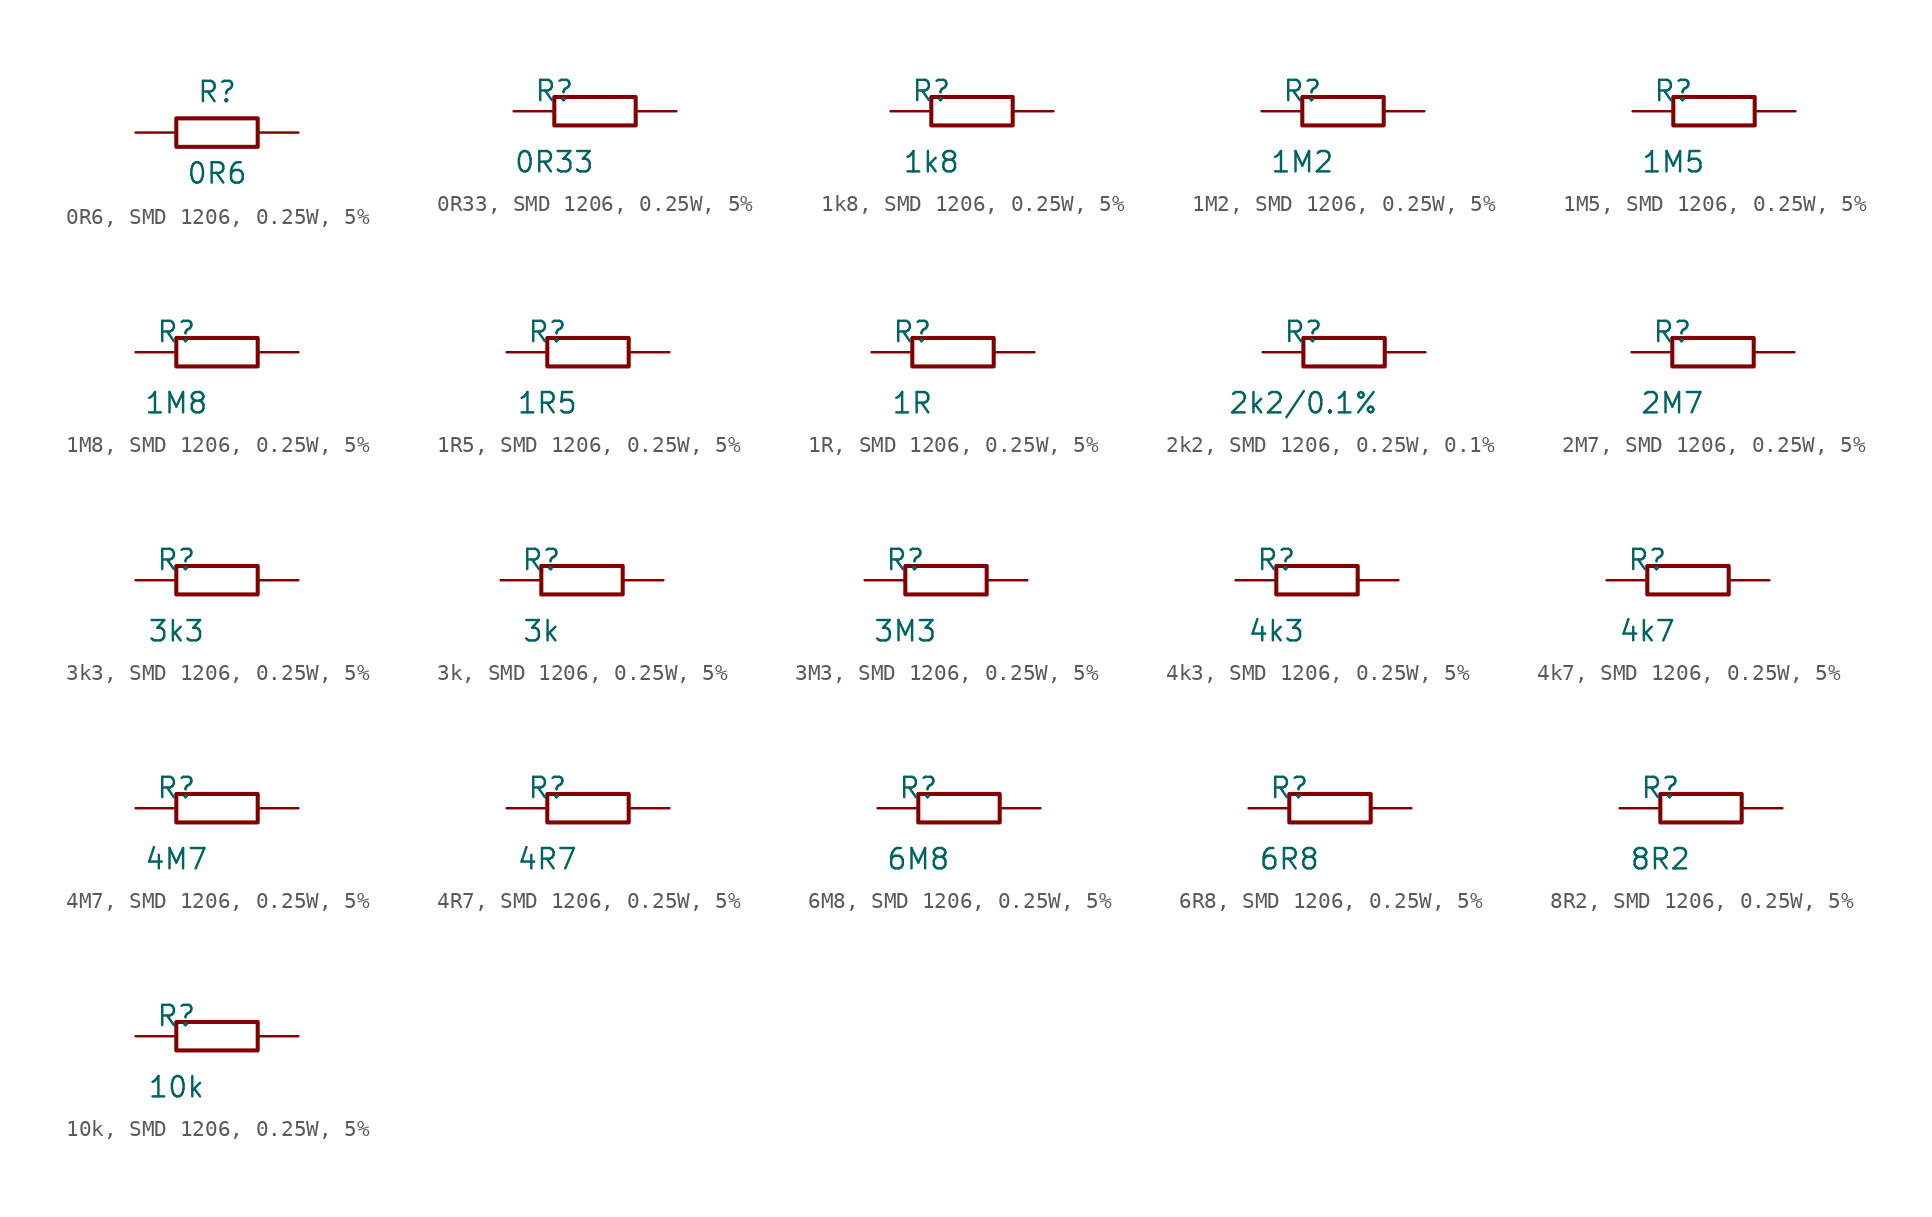
<source format=kicad_sym>
(kicad_symbol_lib
  (version 20241209)
  (generator "kicad_symbol_editor")
  (generator_version "9.0")
  (symbol "0R6, SMD 1206, 0.25W, 5%"
    (pin_numbers
      (hide yes))
    (pin_names
      (offset 0)
      (hide yes))
    (property "Reference" "R"
      (at 0 2.54 0)
      (effects (font (size 1.27 1.27))))
    (property "Value" "0R6"
      (at 0 -2.54 0)
      (effects (font (size 1.27 1.27))))
    (symbol "0R6, SMD 1206, 0.25W, 5%_0_1"
      (rectangle (start -2.54 0.889) (end 2.54 -0.889) (stroke (width 0.254) (type default)) (fill (type none))))
    (symbol "0R6, SMD 1206, 0.25W, 5%_1_1"
      (pin passive line (at -5.08 0 0) (length 2.54) (name "1" (effects (font (size 1.27 1.27)))) (number "1" (effects (font (size 1.27 1.27)))))
      (pin passive line (at 5.08 0 180) (length 2.54) (name "2" (effects (font (size 1.27 1.27)))) (number "2" (effects (font (size 1.27 1.27)))))))
  (symbol "0R33, SMD 1206, 0.25W, 5%"
    (pin_numbers
      (hide yes))
    (pin_names
      (offset 0)
      (hide yes))
    (property "Reference" "R"
      (at -2.54 1.27 0)
      (effects (font (size 1.27 1.27))))
    (property "Value" "0R33"
      (at -2.54 -3.175 0)
      (effects (font (size 1.27 1.27))))
    (symbol "0R33, SMD 1206, 0.25W, 5%_0_1"
      (rectangle (start -2.54 0.889) (end 2.54 -0.889) (stroke (width 0.254) (type default)) (fill (type none))))
    (symbol "0R33, SMD 1206, 0.25W, 5%_1_1"
      (pin passive line (at -5.08 0 0) (length 2.54) (name "1" (effects (font (size 1.27 1.27)))) (number "1" (effects (font (size 1.27 1.27)))))
      (pin passive line (at 5.08 0 180) (length 2.54) (name "2" (effects (font (size 1.27 1.27)))) (number "2" (effects (font (size 1.27 1.27)))))))
  (symbol "1k8, SMD 1206, 0.25W, 5%"
    (pin_numbers
      (hide yes))
    (pin_names
      (offset 0)
      (hide yes))
    (property "Reference" "R"
      (at -2.54 1.27 0)
      (effects (font (size 1.27 1.27))))
    (property "Value" "1k8"
      (at -2.54 -3.175 0)
      (effects (font (size 1.27 1.27))))
    (symbol "1k8, SMD 1206, 0.25W, 5%_0_1"
      (rectangle (start -2.54 0.889) (end 2.54 -0.889) (stroke (width 0.254) (type default)) (fill (type none))))
    (symbol "1k8, SMD 1206, 0.25W, 5%_1_1"
      (pin passive line (at -5.08 0 0) (length 2.54) (name "1" (effects (font (size 1.27 1.27)))) (number "1" (effects (font (size 1.27 1.27)))))
      (pin passive line (at 5.08 0 180) (length 2.54) (name "2" (effects (font (size 1.27 1.27)))) (number "2" (effects (font (size 1.27 1.27)))))))
  (symbol "1M2, SMD 1206, 0.25W, 5%"
    (pin_numbers
      (hide yes))
    (pin_names
      (offset 0)
      (hide yes))
    (property "Reference" "R"
      (at -2.54 1.27 0)
      (effects (font (size 1.27 1.27))))
    (property "Value" "1M2"
      (at -2.54 -3.175 0)
      (effects (font (size 1.27 1.27))))
    (symbol "1M2, SMD 1206, 0.25W, 5%_0_1"
      (rectangle (start -2.54 0.889) (end 2.54 -0.889) (stroke (width 0.254) (type default)) (fill (type none))))
    (symbol "1M2, SMD 1206, 0.25W, 5%_1_1"
      (pin passive line (at -5.08 0 0) (length 2.54) (name "1" (effects (font (size 1.27 1.27)))) (number "1" (effects (font (size 1.27 1.27)))))
      (pin passive line (at 5.08 0 180) (length 2.54) (name "2" (effects (font (size 1.27 1.27)))) (number "2" (effects (font (size 1.27 1.27)))))))
  (symbol "1M5, SMD 1206, 0.25W, 5%"
    (pin_numbers
      (hide yes))
    (pin_names
      (offset 0)
      (hide yes))
    (property "Reference" "R"
      (at -2.54 1.27 0)
      (effects (font (size 1.27 1.27))))
    (property "Value" "1M5"
      (at -2.54 -3.175 0)
      (effects (font (size 1.27 1.27))))
    (symbol "1M5, SMD 1206, 0.25W, 5%_0_1"
      (rectangle (start -2.54 0.889) (end 2.54 -0.889) (stroke (width 0.254) (type default)) (fill (type none))))
    (symbol "1M5, SMD 1206, 0.25W, 5%_1_1"
      (pin passive line (at -5.08 0 0) (length 2.54) (name "1" (effects (font (size 1.27 1.27)))) (number "1" (effects (font (size 1.27 1.27)))))
      (pin passive line (at 5.08 0 180) (length 2.54) (name "2" (effects (font (size 1.27 1.27)))) (number "2" (effects (font (size 1.27 1.27)))))))
  (symbol "1M8, SMD 1206, 0.25W, 5%"
    (pin_numbers
      (hide yes))
    (pin_names
      (offset 0)
      (hide yes))
    (property "Reference" "R"
      (at -2.54 1.27 0)
      (effects (font (size 1.27 1.27))))
    (property "Value" "1M8"
      (at -2.54 -3.175 0)
      (effects (font (size 1.27 1.27))))
    (symbol "1M8, SMD 1206, 0.25W, 5%_0_1"
      (rectangle (start -2.54 0.889) (end 2.54 -0.889) (stroke (width 0.254) (type default)) (fill (type none))))
    (symbol "1M8, SMD 1206, 0.25W, 5%_1_1"
      (pin passive line (at -5.08 0 0) (length 2.54) (name "1" (effects (font (size 1.27 1.27)))) (number "1" (effects (font (size 1.27 1.27)))))
      (pin passive line (at 5.08 0 180) (length 2.54) (name "2" (effects (font (size 1.27 1.27)))) (number "2" (effects (font (size 1.27 1.27)))))))
  (symbol "1R5, SMD 1206, 0.25W, 5%"
    (pin_numbers
      (hide yes))
    (pin_names
      (offset 0)
      (hide yes))
    (property "Reference" "R"
      (at -2.54 1.27 0)
      (effects (font (size 1.27 1.27))))
    (property "Value" "1R5"
      (at -2.54 -3.175 0)
      (effects (font (size 1.27 1.27))))
    (symbol "1R5, SMD 1206, 0.25W, 5%_0_1"
      (rectangle (start -2.54 0.889) (end 2.54 -0.889) (stroke (width 0.254) (type default)) (fill (type none))))
    (symbol "1R5, SMD 1206, 0.25W, 5%_1_1"
      (pin passive line (at -5.08 0 0) (length 2.54) (name "1" (effects (font (size 1.27 1.27)))) (number "1" (effects (font (size 1.27 1.27)))))
      (pin passive line (at 5.08 0 180) (length 2.54) (name "2" (effects (font (size 1.27 1.27)))) (number "2" (effects (font (size 1.27 1.27)))))))
  (symbol "1R, SMD 1206, 0.25W, 5%"
    (pin_numbers
      (hide yes))
    (pin_names
      (offset 0)
      (hide yes))
    (property "Reference" "R"
      (at -2.54 1.27 0)
      (effects (font (size 1.27 1.27))))
    (property "Value" "1R"
      (at -2.54 -3.175 0)
      (effects (font (size 1.27 1.27))))
    (symbol "1R, SMD 1206, 0.25W, 5%_0_1"
      (rectangle (start -2.54 0.889) (end 2.54 -0.889) (stroke (width 0.254) (type default)) (fill (type none))))
    (symbol "1R, SMD 1206, 0.25W, 5%_1_1"
      (pin passive line (at -5.08 0 0) (length 2.54) (name "1" (effects (font (size 1.27 1.27)))) (number "1" (effects (font (size 1.27 1.27)))))
      (pin passive line (at 5.08 0 180) (length 2.54) (name "2" (effects (font (size 1.27 1.27)))) (number "2" (effects (font (size 1.27 1.27)))))))
  (symbol "2k2, SMD 1206, 0.25W, 0.1%"
    (pin_numbers
      (hide yes))
    (pin_names
      (offset 0)
      (hide yes))
    (property "Reference" "R"
      (at -2.54 1.27 0)
      (effects (font (size 1.27 1.27))))
    (property "Value" "2k2/0.1%"
      (at -2.54 -3.175 0)
      (effects (font (size 1.27 1.27))))
    (symbol "2k2, SMD 1206, 0.25W, 0.1%_0_1"
      (rectangle (start -2.54 0.889) (end 2.54 -0.889) (stroke (width 0.254) (type default)) (fill (type none))))
    (symbol "2k2, SMD 1206, 0.25W, 0.1%_1_1"
      (pin passive line (at -5.08 0 0) (length 2.54) (name "1" (effects (font (size 1.27 1.27)))) (number "1" (effects (font (size 1.27 1.27)))))
      (pin passive line (at 5.08 0 180) (length 2.54) (name "2" (effects (font (size 1.27 1.27)))) (number "2" (effects (font (size 1.27 1.27)))))))
  (symbol "2M7, SMD 1206, 0.25W, 5%"
    (pin_numbers
      (hide yes))
    (pin_names
      (offset 0)
      (hide yes))
    (property "Reference" "R"
      (at -2.54 1.27 0)
      (effects (font (size 1.27 1.27))))
    (property "Value" "2M7"
      (at -2.54 -3.175 0)
      (effects (font (size 1.27 1.27))))
    (symbol "2M7, SMD 1206, 0.25W, 5%_0_1"
      (rectangle (start -2.54 0.889) (end 2.54 -0.889) (stroke (width 0.254) (type default)) (fill (type none))))
    (symbol "2M7, SMD 1206, 0.25W, 5%_1_1"
      (pin passive line (at -5.08 0 0) (length 2.54) (name "1" (effects (font (size 1.27 1.27)))) (number "1" (effects (font (size 1.27 1.27)))))
      (pin passive line (at 5.08 0 180) (length 2.54) (name "2" (effects (font (size 1.27 1.27)))) (number "2" (effects (font (size 1.27 1.27)))))))
  (symbol "3k3, SMD 1206, 0.25W, 5%"
    (pin_numbers
      (hide yes))
    (pin_names
      (offset 0)
      (hide yes))
    (property "Reference" "R"
      (at -2.54 1.27 0)
      (effects (font (size 1.27 1.27))))
    (property "Value" "3k3"
      (at -2.54 -3.175 0)
      (effects (font (size 1.27 1.27))))
    (symbol "3k3, SMD 1206, 0.25W, 5%_0_1"
      (rectangle (start -2.54 0.889) (end 2.54 -0.889) (stroke (width 0.254) (type default)) (fill (type none))))
    (symbol "3k3, SMD 1206, 0.25W, 5%_1_1"
      (pin passive line (at -5.08 0 0) (length 2.54) (name "1" (effects (font (size 1.27 1.27)))) (number "1" (effects (font (size 1.27 1.27)))))
      (pin passive line (at 5.08 0 180) (length 2.54) (name "2" (effects (font (size 1.27 1.27)))) (number "2" (effects (font (size 1.27 1.27)))))))
  (symbol "3k, SMD 1206, 0.25W, 5%"
    (pin_numbers
      (hide yes))
    (pin_names
      (offset 0)
      (hide yes))
    (property "Reference" "R"
      (at -2.54 1.27 0)
      (effects (font (size 1.27 1.27))))
    (property "Value" "3k"
      (at -2.54 -3.175 0)
      (effects (font (size 1.27 1.27))))
    (symbol "3k, SMD 1206, 0.25W, 5%_0_1"
      (rectangle (start -2.54 0.889) (end 2.54 -0.889) (stroke (width 0.254) (type default)) (fill (type none))))
    (symbol "3k, SMD 1206, 0.25W, 5%_1_1"
      (pin passive line (at -5.08 0 0) (length 2.54) (name "1" (effects (font (size 1.27 1.27)))) (number "1" (effects (font (size 1.27 1.27)))))
      (pin passive line (at 5.08 0 180) (length 2.54) (name "2" (effects (font (size 1.27 1.27)))) (number "2" (effects (font (size 1.27 1.27)))))))
  (symbol "3M3, SMD 1206, 0.25W, 5%"
    (pin_numbers
      (hide yes))
    (pin_names
      (offset 0)
      (hide yes))
    (property "Reference" "R"
      (at -2.54 1.27 0)
      (effects (font (size 1.27 1.27))))
    (property "Value" "3M3"
      (at -2.54 -3.175 0)
      (effects (font (size 1.27 1.27))))
    (symbol "3M3, SMD 1206, 0.25W, 5%_0_1"
      (rectangle (start -2.54 0.889) (end 2.54 -0.889) (stroke (width 0.254) (type default)) (fill (type none))))
    (symbol "3M3, SMD 1206, 0.25W, 5%_1_1"
      (pin passive line (at -5.08 0 0) (length 2.54) (name "1" (effects (font (size 1.27 1.27)))) (number "1" (effects (font (size 1.27 1.27)))))
      (pin passive line (at 5.08 0 180) (length 2.54) (name "2" (effects (font (size 1.27 1.27)))) (number "2" (effects (font (size 1.27 1.27)))))))
  (symbol "4k3, SMD 1206, 0.25W, 5%"
    (pin_numbers
      (hide yes))
    (pin_names
      (offset 0)
      (hide yes))
    (property "Reference" "R"
      (at -2.54 1.27 0)
      (effects (font (size 1.27 1.27))))
    (property "Value" "4k3"
      (at -2.54 -3.175 0)
      (effects (font (size 1.27 1.27))))
    (symbol "4k3, SMD 1206, 0.25W, 5%_0_1"
      (rectangle (start -2.54 0.889) (end 2.54 -0.889) (stroke (width 0.254) (type default)) (fill (type none))))
    (symbol "4k3, SMD 1206, 0.25W, 5%_1_1"
      (pin passive line (at -5.08 0 0) (length 2.54) (name "1" (effects (font (size 1.27 1.27)))) (number "1" (effects (font (size 1.27 1.27)))))
      (pin passive line (at 5.08 0 180) (length 2.54) (name "2" (effects (font (size 1.27 1.27)))) (number "2" (effects (font (size 1.27 1.27)))))))
  (symbol "4k7, SMD 1206, 0.25W, 5%"
    (pin_numbers
      (hide yes))
    (pin_names
      (offset 0)
      (hide yes))
    (property "Reference" "R"
      (at -2.54 1.27 0)
      (effects (font (size 1.27 1.27))))
    (property "Value" "4k7"
      (at -2.54 -3.175 0)
      (effects (font (size 1.27 1.27))))
    (symbol "4k7, SMD 1206, 0.25W, 5%_0_1"
      (rectangle (start -2.54 0.889) (end 2.54 -0.889) (stroke (width 0.254) (type default)) (fill (type none))))
    (symbol "4k7, SMD 1206, 0.25W, 5%_1_1"
      (pin passive line (at -5.08 0 0) (length 2.54) (name "1" (effects (font (size 1.27 1.27)))) (number "1" (effects (font (size 1.27 1.27)))))
      (pin passive line (at 5.08 0 180) (length 2.54) (name "2" (effects (font (size 1.27 1.27)))) (number "2" (effects (font (size 1.27 1.27)))))))
  (symbol "4M7, SMD 1206, 0.25W, 5%"
    (pin_numbers
      (hide yes))
    (pin_names
      (offset 0)
      (hide yes))
    (property "Reference" "R"
      (at -2.54 1.27 0)
      (effects (font (size 1.27 1.27))))
    (property "Value" "4M7"
      (at -2.54 -3.175 0)
      (effects (font (size 1.27 1.27))))
    (symbol "4M7, SMD 1206, 0.25W, 5%_0_1"
      (rectangle (start -2.54 0.889) (end 2.54 -0.889) (stroke (width 0.254) (type default)) (fill (type none))))
    (symbol "4M7, SMD 1206, 0.25W, 5%_1_1"
      (pin passive line (at -5.08 0 0) (length 2.54) (name "1" (effects (font (size 1.27 1.27)))) (number "1" (effects (font (size 1.27 1.27)))))
      (pin passive line (at 5.08 0 180) (length 2.54) (name "2" (effects (font (size 1.27 1.27)))) (number "2" (effects (font (size 1.27 1.27)))))))
  (symbol "4R7, SMD 1206, 0.25W, 5%"
    (pin_numbers
      (hide yes))
    (pin_names
      (offset 0)
      (hide yes))
    (property "Reference" "R"
      (at -2.54 1.27 0)
      (effects (font (size 1.27 1.27))))
    (property "Value" "4R7"
      (at -2.54 -3.175 0)
      (effects (font (size 1.27 1.27))))
    (symbol "4R7, SMD 1206, 0.25W, 5%_0_1"
      (rectangle (start -2.54 0.889) (end 2.54 -0.889) (stroke (width 0.254) (type default)) (fill (type none))))
    (symbol "4R7, SMD 1206, 0.25W, 5%_1_1"
      (pin passive line (at -5.08 0 0) (length 2.54) (name "1" (effects (font (size 1.27 1.27)))) (number "1" (effects (font (size 1.27 1.27)))))
      (pin passive line (at 5.08 0 180) (length 2.54) (name "2" (effects (font (size 1.27 1.27)))) (number "2" (effects (font (size 1.27 1.27)))))))
  (symbol "6M8, SMD 1206, 0.25W, 5%"
    (pin_numbers
      (hide yes))
    (pin_names
      (offset 0)
      (hide yes))
    (property "Reference" "R"
      (at -2.54 1.27 0)
      (effects (font (size 1.27 1.27))))
    (property "Value" "6M8"
      (at -2.54 -3.175 0)
      (effects (font (size 1.27 1.27))))
    (symbol "6M8, SMD 1206, 0.25W, 5%_0_1"
      (rectangle (start -2.54 0.889) (end 2.54 -0.889) (stroke (width 0.254) (type default)) (fill (type none))))
    (symbol "6M8, SMD 1206, 0.25W, 5%_1_1"
      (pin passive line (at -5.08 0 0) (length 2.54) (name "1" (effects (font (size 1.27 1.27)))) (number "1" (effects (font (size 1.27 1.27)))))
      (pin passive line (at 5.08 0 180) (length 2.54) (name "2" (effects (font (size 1.27 1.27)))) (number "2" (effects (font (size 1.27 1.27)))))))
  (symbol "6R8, SMD 1206, 0.25W, 5%"
    (pin_numbers
      (hide yes))
    (pin_names
      (offset 0)
      (hide yes))
    (property "Reference" "R"
      (at -2.54 1.27 0)
      (effects (font (size 1.27 1.27))))
    (property "Value" "6R8"
      (at -2.54 -3.175 0)
      (effects (font (size 1.27 1.27))))
    (symbol "6R8, SMD 1206, 0.25W, 5%_0_1"
      (rectangle (start -2.54 0.889) (end 2.54 -0.889) (stroke (width 0.254) (type default)) (fill (type none))))
    (symbol "6R8, SMD 1206, 0.25W, 5%_1_1"
      (pin passive line (at -5.08 0 0) (length 2.54) (name "1" (effects (font (size 1.27 1.27)))) (number "1" (effects (font (size 1.27 1.27)))))
      (pin passive line (at 5.08 0 180) (length 2.54) (name "2" (effects (font (size 1.27 1.27)))) (number "2" (effects (font (size 1.27 1.27)))))))
  (symbol "8R2, SMD 1206, 0.25W, 5%"
    (pin_numbers
      (hide yes))
    (pin_names
      (offset 0)
      (hide yes))
    (property "Reference" "R"
      (at -2.54 1.27 0)
      (effects (font (size 1.27 1.27))))
    (property "Value" "8R2"
      (at -2.54 -3.175 0)
      (effects (font (size 1.27 1.27))))
    (symbol "8R2, SMD 1206, 0.25W, 5%_0_1"
      (rectangle (start -2.54 0.889) (end 2.54 -0.889) (stroke (width 0.254) (type default)) (fill (type none))))
    (symbol "8R2, SMD 1206, 0.25W, 5%_1_1"
      (pin passive line (at -5.08 0 0) (length 2.54) (name "1" (effects (font (size 1.27 1.27)))) (number "1" (effects (font (size 1.27 1.27)))))
      (pin passive line (at 5.08 0 180) (length 2.54) (name "2" (effects (font (size 1.27 1.27)))) (number "2" (effects (font (size 1.27 1.27)))))))
  (symbol "10k, SMD 1206, 0.25W, 5%"
    (pin_numbers
      (hide yes))
    (pin_names
      (offset 0)
      (hide yes))
    (property "Reference" "R"
      (at -2.54 1.27 0)
      (effects (font (size 1.27 1.27))))
    (property "Value" "10k"
      (at -2.54 -3.175 0)
      (effects (font (size 1.27 1.27))))
    (symbol "10k, SMD 1206, 0.25W, 5%_0_1"
      (rectangle (start -2.54 0.889) (end 2.54 -0.889) (stroke (width 0.254) (type default)) (fill (type none))))
    (symbol "10k, SMD 1206, 0.25W, 5%_1_1"
      (pin passive line (at -5.08 0 0) (length 2.54) (name "1" (effects (font (size 1.27 1.27)))) (number "1" (effects (font (size 1.27 1.27)))))
      (pin passive line (at 5.08 0 180) (length 2.54) (name "2" (effects (font (size 1.27 1.27)))) (number "2" (effects (font (size 1.27 1.27))))))))
</source>
